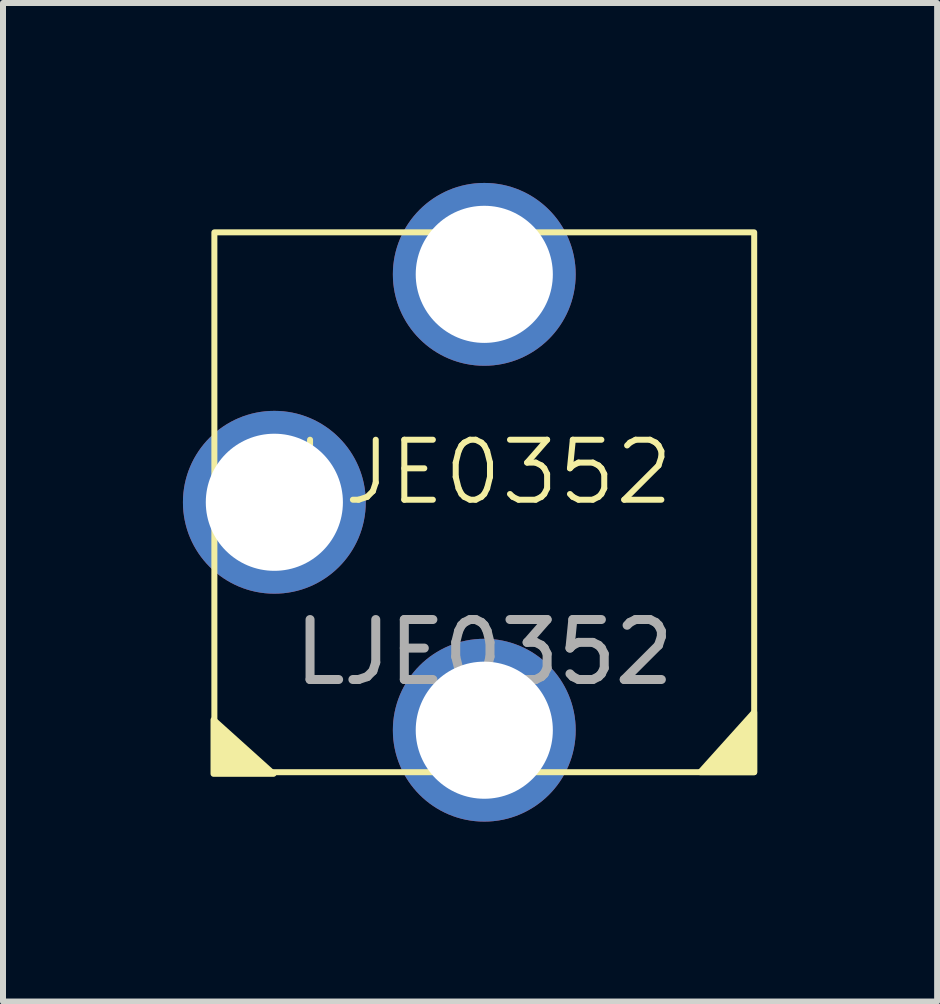
<source format=kicad_pcb>
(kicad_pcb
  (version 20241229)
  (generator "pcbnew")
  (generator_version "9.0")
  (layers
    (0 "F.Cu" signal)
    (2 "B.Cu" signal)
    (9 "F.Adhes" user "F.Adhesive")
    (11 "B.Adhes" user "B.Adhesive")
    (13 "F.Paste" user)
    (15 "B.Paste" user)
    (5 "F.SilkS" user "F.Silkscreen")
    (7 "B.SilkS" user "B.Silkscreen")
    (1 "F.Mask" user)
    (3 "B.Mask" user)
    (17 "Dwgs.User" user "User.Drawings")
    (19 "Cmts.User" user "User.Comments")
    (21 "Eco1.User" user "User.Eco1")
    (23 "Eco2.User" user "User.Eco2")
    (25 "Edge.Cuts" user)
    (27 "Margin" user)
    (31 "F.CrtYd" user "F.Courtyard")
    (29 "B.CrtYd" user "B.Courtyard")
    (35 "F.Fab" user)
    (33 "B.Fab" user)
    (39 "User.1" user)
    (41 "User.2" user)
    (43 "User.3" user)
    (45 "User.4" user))
  (footprint "LJE0352"
    (layer "F.Cu")
    (at 5.024 5.324)
    (property "Reference" "LJE0352" (at 0 -0.5 0) (unlocked yes) (layer "F.SilkS") (effects (font (size 1 1) (thickness 0.1))))
    (attr through_hole)
    (fp_rect (start -4.5 -4.5) (end 4.5 4.5) (stroke (width 0.1) (type default)) (fill no) (layer "F.SilkS"))
    (fp_poly (pts (xy -4.514 3.627) (xy -3.514 4.527) (xy -4.514 4.527)) (stroke (width 0.1) (type solid)) (fill yes) (layer "F.SilkS"))
    (fp_poly (pts (xy 3.6 4.5) (xy 4.5 3.5) (xy 4.5 4.5)) (stroke (width 0.1) (type solid)) (fill yes) (layer "F.SilkS"))
    (fp_text user "${REFERENCE}" (at 0 2.5 0) (unlocked yes) (layer "F.Fab") (effects (font (size 1 1) (thickness 0.15))))
    (pad "1" thru_hole circle (at 0 3.8) (size 3.048 3.048) (drill 2.286) (layers "*.Cu" "*.Mask"))
    (pad "2" thru_hole circle (at -3.5 0) (size 3.048 3.048) (drill 2.286) (layers "*.Cu" "*.Mask"))
    (pad "3" thru_hole circle (at 0 -3.8) (size 3.048 3.048) (drill 2.286) (layers "*.Cu" "*.Mask")))
  (gr_rect
    (start -3 -3)
    (end 12.574 13.648)
    (stroke (width 0.1) (type default))
    (fill no)
    (layer "Edge.Cuts")))
</source>
